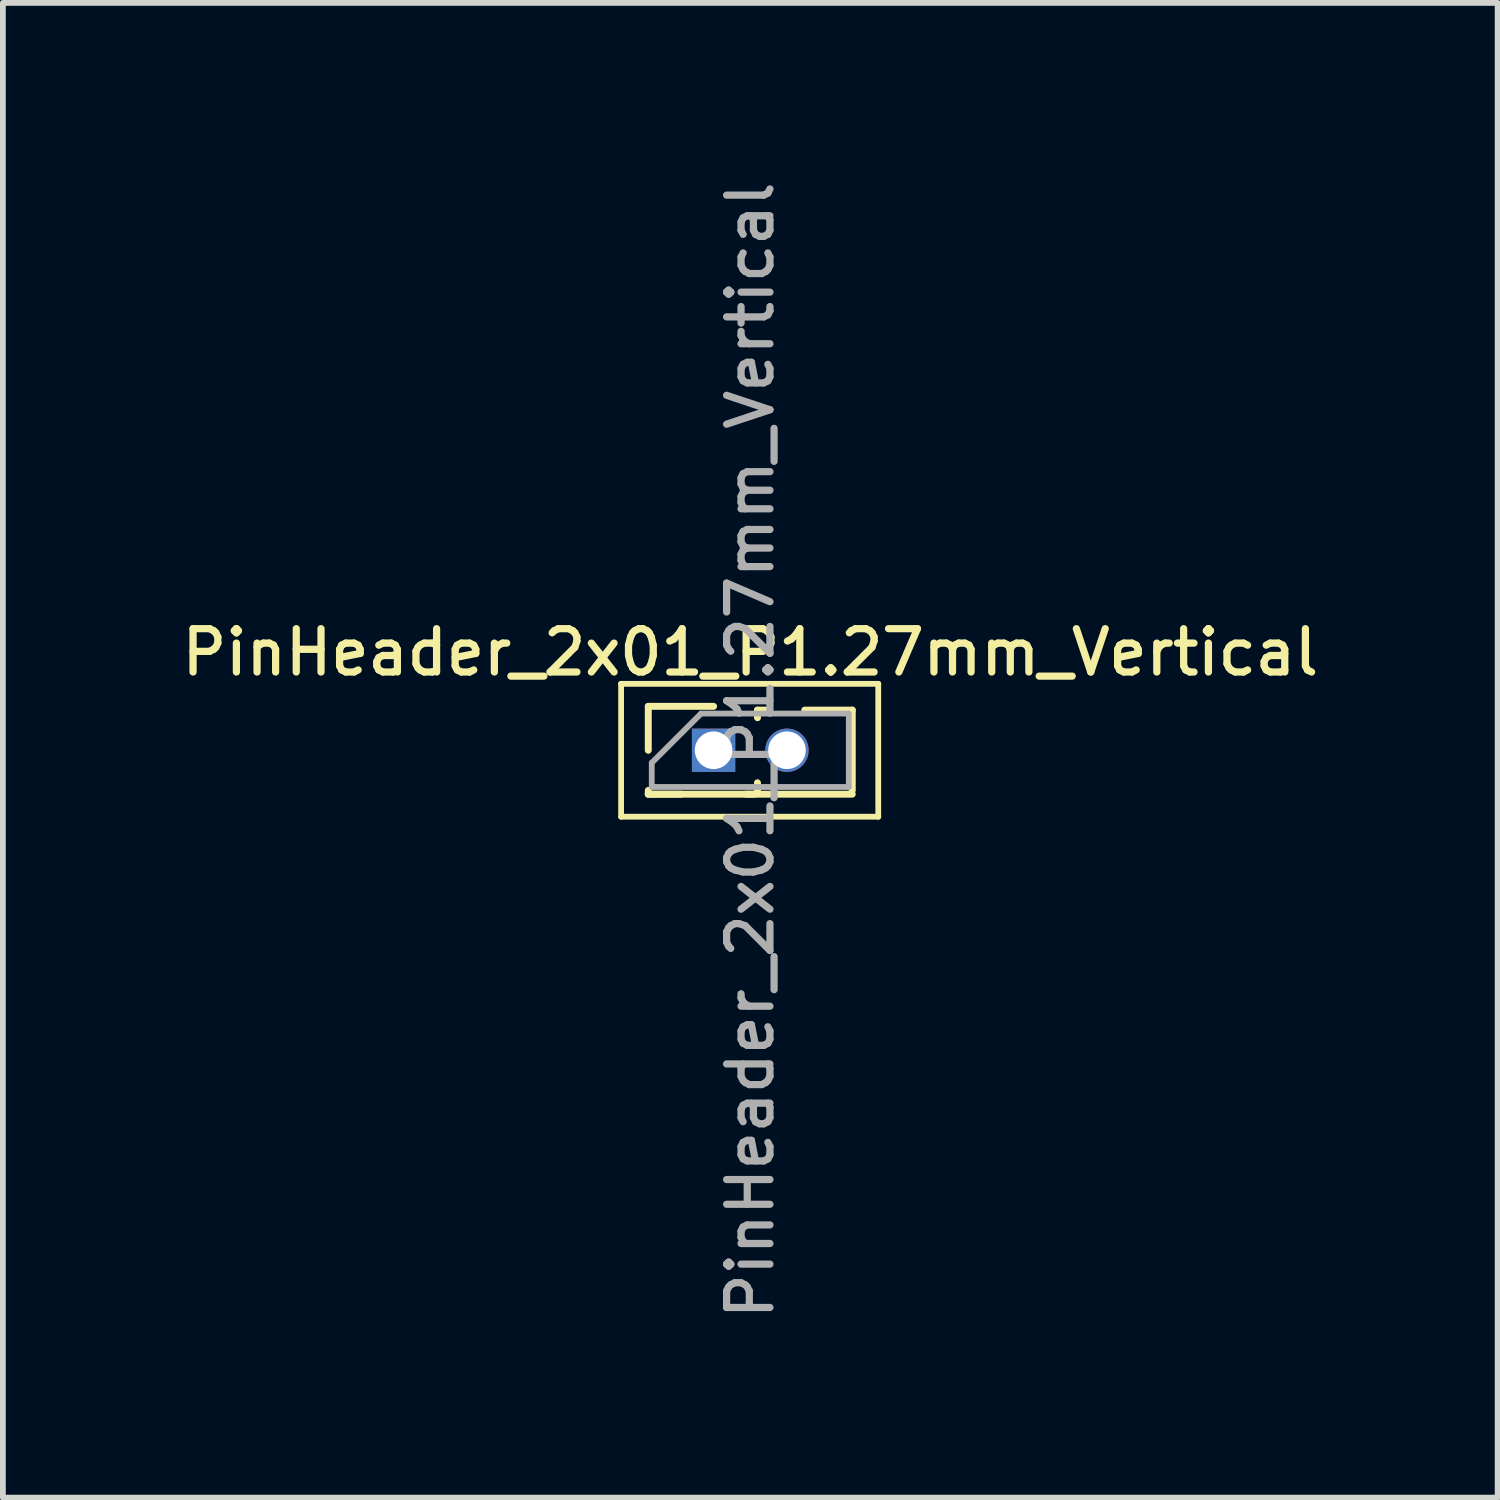
<source format=kicad_pcb>
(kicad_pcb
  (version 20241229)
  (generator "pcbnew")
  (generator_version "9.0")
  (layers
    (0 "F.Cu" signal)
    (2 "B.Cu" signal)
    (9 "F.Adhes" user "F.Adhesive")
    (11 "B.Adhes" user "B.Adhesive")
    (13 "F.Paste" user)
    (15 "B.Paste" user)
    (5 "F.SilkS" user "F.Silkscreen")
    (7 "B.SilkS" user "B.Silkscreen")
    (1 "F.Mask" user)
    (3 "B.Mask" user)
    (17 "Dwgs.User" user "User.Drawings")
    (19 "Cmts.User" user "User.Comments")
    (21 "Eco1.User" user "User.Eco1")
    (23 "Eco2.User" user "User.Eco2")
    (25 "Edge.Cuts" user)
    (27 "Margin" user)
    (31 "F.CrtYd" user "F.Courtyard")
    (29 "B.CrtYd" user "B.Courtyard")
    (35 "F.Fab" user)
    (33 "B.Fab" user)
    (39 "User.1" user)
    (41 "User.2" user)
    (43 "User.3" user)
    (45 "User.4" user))
  (footprint "PinHeader_2x01_P1.27mm_Vertical"
    (layer "F.Cu")
    (at 9.299 9.934)
    (property "Reference" "PinHeader_2x01_P1.27mm_Vertical" (at 0.635 -1.695 0) (layer "F.SilkS") (effects (font (size 0.75 0.75) (thickness 0.125))))
    (attr through_hole)
    (fp_line (start -1.6 -1.15) (end -1.6 1.15) (stroke (width 0.1) (type solid)) (layer "F.SilkS"))
    (fp_line (start -1.6 1.15) (end 2.85 1.15) (stroke (width 0.1) (type solid)) (layer "F.SilkS"))
    (fp_line (start -1.13 -0.76) (end 0 -0.76) (stroke (width 0.12) (type solid)) (layer "F.SilkS"))
    (fp_line (start -1.13 0) (end -1.13 -0.76) (stroke (width 0.12) (type solid)) (layer "F.SilkS"))
    (fp_line (start -1.13 0.76) (end -1.13 0.695) (stroke (width 0.12) (type solid)) (layer "F.SilkS"))
    (fp_line (start -1.13 0.76) (end -0.563 0.76) (stroke (width 0.12) (type solid)) (layer "F.SilkS"))
    (fp_line (start -1.13 0.76) (end 2.4 0.76) (stroke (width 0.12) (type solid)) (layer "F.SilkS"))
    (fp_line (start 0.563 0.76) (end 0.707 0.76) (stroke (width 0.12) (type solid)) (layer "F.SilkS"))
    (fp_line (start 0.76 -0.695) (end 0.962 -0.695) (stroke (width 0.12) (type solid)) (layer "F.SilkS"))
    (fp_line (start 0.76 -0.563) (end 0.76 -0.695) (stroke (width 0.12) (type solid)) (layer "F.SilkS"))
    (fp_line (start 0.76 0.707) (end 0.76 0.563) (stroke (width 0.12) (type solid)) (layer "F.SilkS"))
    (fp_line (start 1.578 -0.695) (end 2.4 -0.695) (stroke (width 0.12) (type solid)) (layer "F.SilkS"))
    (fp_line (start 2.4 -0.695) (end 2.4 0.695) (stroke (width 0.12) (type solid)) (layer "F.SilkS"))
    (fp_line (start 2.85 -1.15) (end -1.6 -1.15) (stroke (width 0.1) (type solid)) (layer "F.SilkS"))
    (fp_line (start 2.85 1.15) (end 2.85 -1.15) (stroke (width 0.1) (type solid)) (layer "F.SilkS"))
    (fp_line (start -1.07 0.217) (end -0.217 -0.635) (stroke (width 0.1) (type solid)) (layer "F.Fab"))
    (fp_line (start -1.07 0.635) (end -1.07 0.217) (stroke (width 0.1) (type solid)) (layer "F.Fab"))
    (fp_line (start -0.217 -0.635) (end 2.34 -0.635) (stroke (width 0.1) (type solid)) (layer "F.Fab"))
    (fp_line (start 2.34 -0.635) (end 2.34 0.635) (stroke (width 0.1) (type solid)) (layer "F.Fab"))
    (fp_line (start 2.34 0.635) (end -1.07 0.635) (stroke (width 0.1) (type solid)) (layer "F.Fab"))
    (fp_text user "${REFERENCE}" (at 0.635 0 90) (layer "F.Fab") (effects (font (size 0.75 0.75) (thickness 0.125))))
    (pad "1" thru_hole rect (at 0 0) (size 0.75 0.75) (drill 0.65) (layers "*.Cu" "*.Mask"))
    (pad "2" thru_hole oval (at 1.27 0) (size 0.75 0.75) (drill 0.65) (layers "*.Cu" "*.Mask")))
  (gr_rect
    (start -3 -3)
    (end 22.868 22.868)
    (stroke (width 0.1) (type default))
    (fill no)
    (layer "Edge.Cuts")))
</source>
